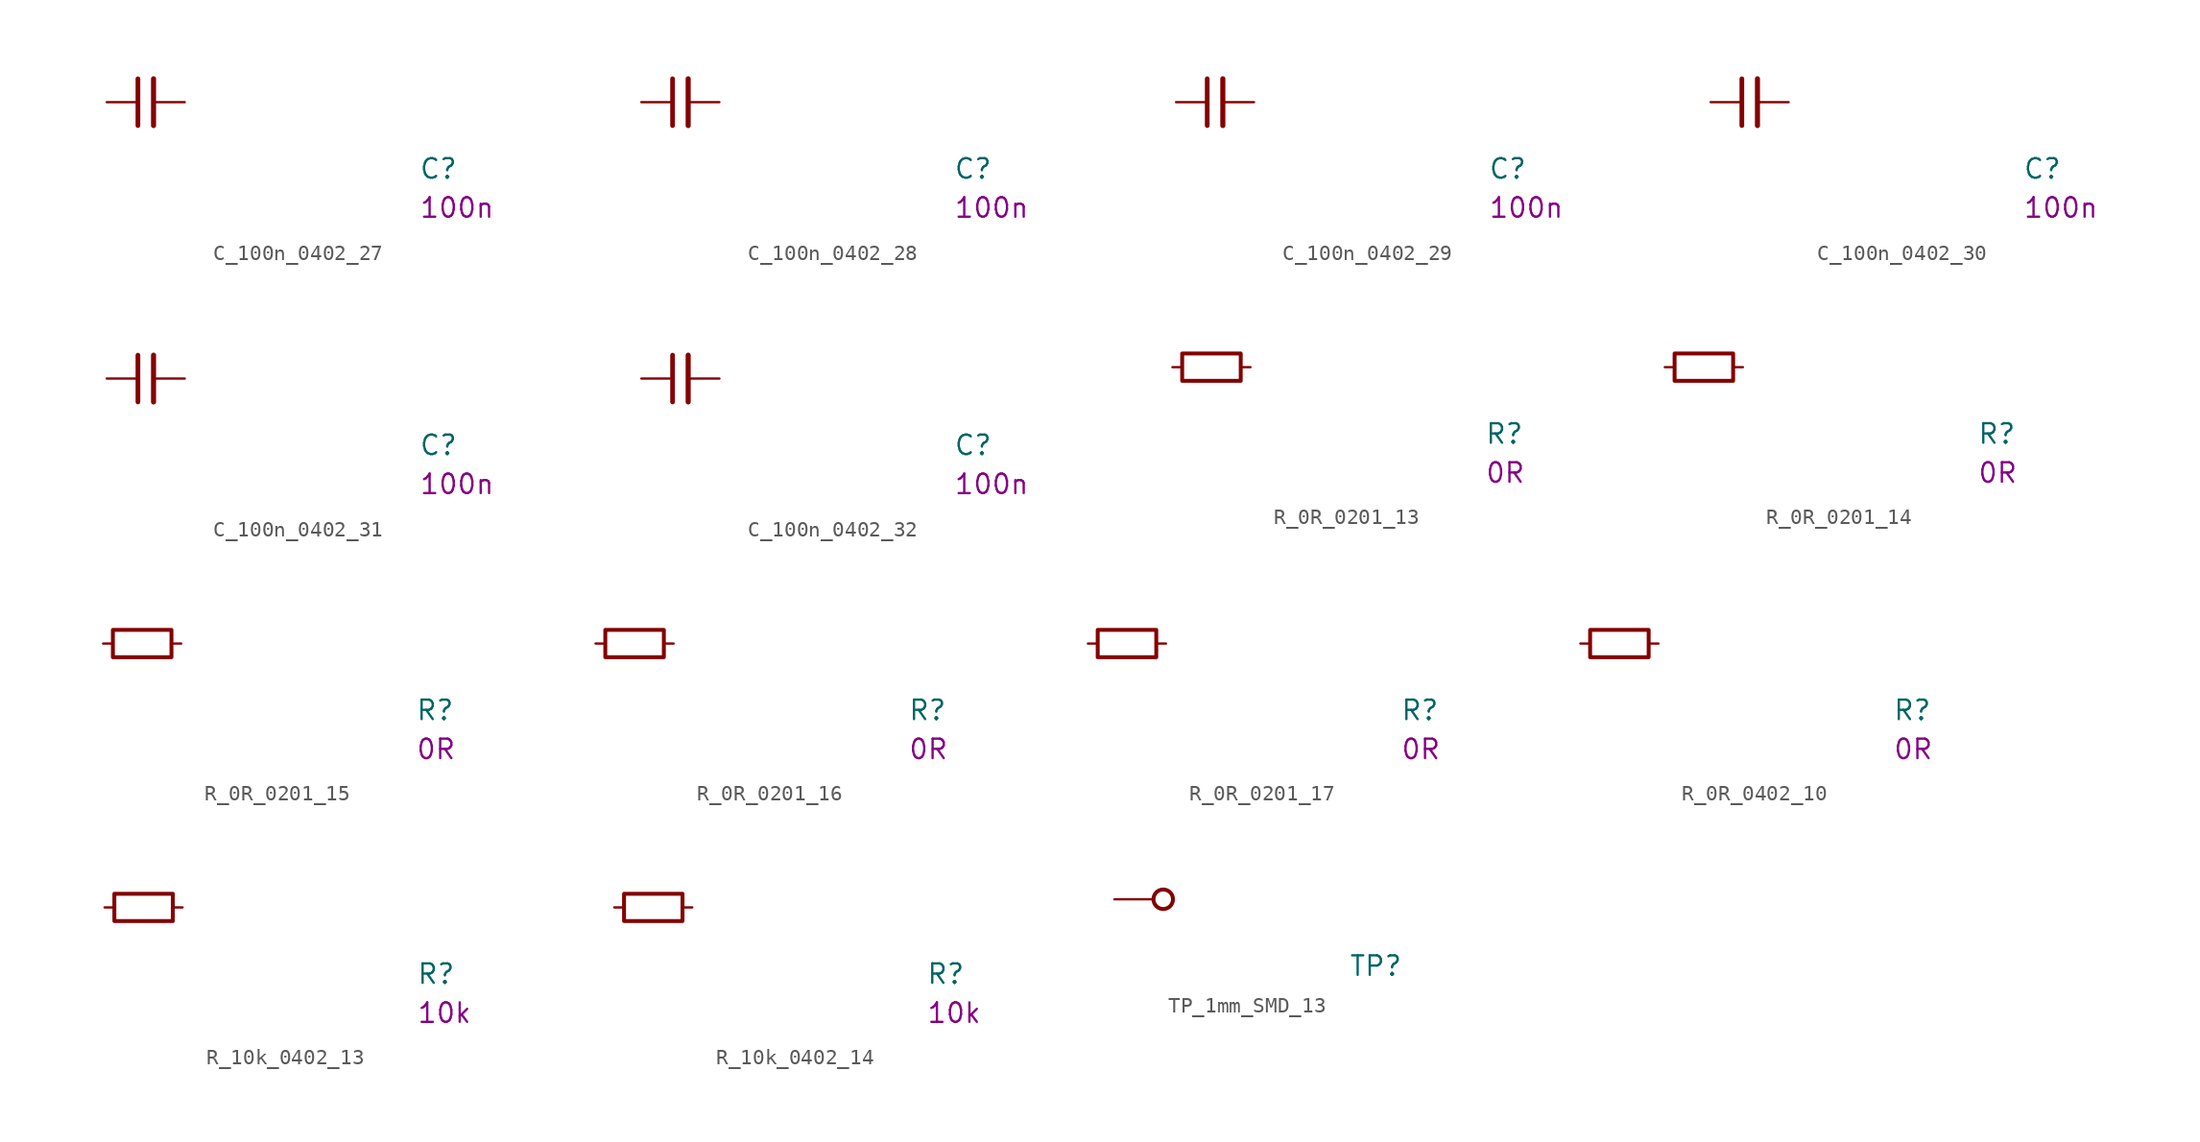
<source format=kicad_sym>
(kicad_symbol_lib
  (version 20211014)
  (generator kicad_symbol_editor)
  (symbol "data-center-rdimm-ddr4-tester:C_100n_0402_27"
    (pin_numbers hide)
    (pin_names hide)
    (property "Reference" "C"
      (at 20.32 -5.08 0)
      (effects (font (size 1.27 1.27) (thickness 0.15)) (justify left bottom)))
    (property "Val" "100n"
      (at 20.32 -7.62 0)
      (effects (font (size 1.27 1.27) (thickness 0.15)) (justify left bottom)))
    (symbol "C_100n_0402_27_0_1"
      (polyline (pts (xy 2.032 -1.524) (xy 2.032 1.524)) (stroke (width 0.305) (type default)) (fill (type none)))
      (polyline (pts (xy 3.048 -1.524) (xy 3.048 1.524)) (stroke (width 0.33) (type default)) (fill (type none))))
    (symbol "C_100n_0402_27_1_1"
      (pin passive line (at 0 0 0) (length 2.032) (name "~" (effects (font (size 1.27 1.27)))) (number "1" (effects (font (size 1.27 1.27)))))
      (pin passive line (at 5.08 0 180) (length 2.032) (name "~" (effects (font (size 1.27 1.27)))) (number "2" (effects (font (size 1.27 1.27)))))))
  (symbol "data-center-rdimm-ddr4-tester:C_100n_0402_28"
    (pin_numbers hide)
    (pin_names hide)
    (property "Reference" "C"
      (at 20.32 -5.08 0)
      (effects (font (size 1.27 1.27) (thickness 0.15)) (justify left bottom)))
    (property "Val" "100n"
      (at 20.32 -7.62 0)
      (effects (font (size 1.27 1.27) (thickness 0.15)) (justify left bottom)))
    (symbol "C_100n_0402_28_0_1"
      (polyline (pts (xy 2.032 -1.524) (xy 2.032 1.524)) (stroke (width 0.305) (type default)) (fill (type none)))
      (polyline (pts (xy 3.048 -1.524) (xy 3.048 1.524)) (stroke (width 0.33) (type default)) (fill (type none))))
    (symbol "C_100n_0402_28_1_1"
      (pin passive line (at 0 0 0) (length 2.032) (name "~" (effects (font (size 1.27 1.27)))) (number "1" (effects (font (size 1.27 1.27)))))
      (pin passive line (at 5.08 0 180) (length 2.032) (name "~" (effects (font (size 1.27 1.27)))) (number "2" (effects (font (size 1.27 1.27)))))))
  (symbol "data-center-rdimm-ddr4-tester:C_100n_0402_29"
    (pin_numbers hide)
    (pin_names hide)
    (property "Reference" "C"
      (at 20.32 -5.08 0)
      (effects (font (size 1.27 1.27) (thickness 0.15)) (justify left bottom)))
    (property "Val" "100n"
      (at 20.32 -7.62 0)
      (effects (font (size 1.27 1.27) (thickness 0.15)) (justify left bottom)))
    (symbol "C_100n_0402_29_0_1"
      (polyline (pts (xy 2.032 -1.524) (xy 2.032 1.524)) (stroke (width 0.305) (type default)) (fill (type none)))
      (polyline (pts (xy 3.048 -1.524) (xy 3.048 1.524)) (stroke (width 0.33) (type default)) (fill (type none))))
    (symbol "C_100n_0402_29_1_1"
      (pin passive line (at 0 0 0) (length 2.032) (name "~" (effects (font (size 1.27 1.27)))) (number "1" (effects (font (size 1.27 1.27)))))
      (pin passive line (at 5.08 0 180) (length 2.032) (name "~" (effects (font (size 1.27 1.27)))) (number "2" (effects (font (size 1.27 1.27)))))))
  (symbol "data-center-rdimm-ddr4-tester:C_100n_0402_30"
    (pin_numbers hide)
    (pin_names hide)
    (property "Reference" "C"
      (at 20.32 -5.08 0)
      (effects (font (size 1.27 1.27) (thickness 0.15)) (justify left bottom)))
    (property "Val" "100n"
      (at 20.32 -7.62 0)
      (effects (font (size 1.27 1.27) (thickness 0.15)) (justify left bottom)))
    (symbol "C_100n_0402_30_0_1"
      (polyline (pts (xy 2.032 -1.524) (xy 2.032 1.524)) (stroke (width 0.305) (type default)) (fill (type none)))
      (polyline (pts (xy 3.048 -1.524) (xy 3.048 1.524)) (stroke (width 0.33) (type default)) (fill (type none))))
    (symbol "C_100n_0402_30_1_1"
      (pin passive line (at 0 0 0) (length 2.032) (name "~" (effects (font (size 1.27 1.27)))) (number "1" (effects (font (size 1.27 1.27)))))
      (pin passive line (at 5.08 0 180) (length 2.032) (name "~" (effects (font (size 1.27 1.27)))) (number "2" (effects (font (size 1.27 1.27)))))))
  (symbol "data-center-rdimm-ddr4-tester:C_100n_0402_31"
    (pin_numbers hide)
    (pin_names hide)
    (property "Reference" "C"
      (at 20.32 -5.08 0)
      (effects (font (size 1.27 1.27) (thickness 0.15)) (justify left bottom)))
    (property "Val" "100n"
      (at 20.32 -7.62 0)
      (effects (font (size 1.27 1.27) (thickness 0.15)) (justify left bottom)))
    (symbol "C_100n_0402_31_0_1"
      (polyline (pts (xy 2.032 -1.524) (xy 2.032 1.524)) (stroke (width 0.305) (type default)) (fill (type none)))
      (polyline (pts (xy 3.048 -1.524) (xy 3.048 1.524)) (stroke (width 0.33) (type default)) (fill (type none))))
    (symbol "C_100n_0402_31_1_1"
      (pin passive line (at 0 0 0) (length 2.032) (name "~" (effects (font (size 1.27 1.27)))) (number "1" (effects (font (size 1.27 1.27)))))
      (pin passive line (at 5.08 0 180) (length 2.032) (name "~" (effects (font (size 1.27 1.27)))) (number "2" (effects (font (size 1.27 1.27)))))))
  (symbol "data-center-rdimm-ddr4-tester:C_100n_0402_32"
    (pin_numbers hide)
    (pin_names hide)
    (property "Reference" "C"
      (at 20.32 -5.08 0)
      (effects (font (size 1.27 1.27) (thickness 0.15)) (justify left bottom)))
    (property "Val" "100n"
      (at 20.32 -7.62 0)
      (effects (font (size 1.27 1.27) (thickness 0.15)) (justify left bottom)))
    (symbol "C_100n_0402_32_0_1"
      (polyline (pts (xy 2.032 -1.524) (xy 2.032 1.524)) (stroke (width 0.305) (type default)) (fill (type none)))
      (polyline (pts (xy 3.048 -1.524) (xy 3.048 1.524)) (stroke (width 0.33) (type default)) (fill (type none))))
    (symbol "C_100n_0402_32_1_1"
      (pin passive line (at 0 0 0) (length 2.032) (name "~" (effects (font (size 1.27 1.27)))) (number "1" (effects (font (size 1.27 1.27)))))
      (pin passive line (at 5.08 0 180) (length 2.032) (name "~" (effects (font (size 1.27 1.27)))) (number "2" (effects (font (size 1.27 1.27)))))))
  (symbol "data-center-rdimm-ddr4-tester:R_0R_0201_13"
    (pin_numbers hide)
    (pin_names hide)
    (property "Reference" "R"
      (at 20.32 -5.08 0)
      (effects (font (size 1.27 1.27) (thickness 0.15)) (justify left bottom)))
    (property "Val" "0R"
      (at 20.32 -7.62 0)
      (effects (font (size 1.27 1.27) (thickness 0.15)) (justify left bottom)))
    (symbol "R_0R_0201_13_0_1"
      (rectangle (start 0.635 0.889) (end 4.445 -0.889) (stroke (width 0.254) (type default)) (fill (type none))))
    (symbol "R_0R_0201_13_1_1"
      (pin passive line (at 0 0 0) (length 0.635) (name "~" (effects (font (size 1.27 1.27)))) (number "1" (effects (font (size 1.27 1.27)))))
      (pin passive line (at 5.08 0 180) (length 0.635) (name "~" (effects (font (size 1.27 1.27)))) (number "2" (effects (font (size 1.27 1.27)))))))
  (symbol "data-center-rdimm-ddr4-tester:R_0R_0201_14"
    (pin_numbers hide)
    (pin_names hide)
    (property "Reference" "R"
      (at 20.32 -5.08 0)
      (effects (font (size 1.27 1.27) (thickness 0.15)) (justify left bottom)))
    (property "Val" "0R"
      (at 20.32 -7.62 0)
      (effects (font (size 1.27 1.27) (thickness 0.15)) (justify left bottom)))
    (symbol "R_0R_0201_14_0_1"
      (rectangle (start 0.635 0.889) (end 4.445 -0.889) (stroke (width 0.254) (type default)) (fill (type none))))
    (symbol "R_0R_0201_14_1_1"
      (pin passive line (at 0 0 0) (length 0.635) (name "~" (effects (font (size 1.27 1.27)))) (number "1" (effects (font (size 1.27 1.27)))))
      (pin passive line (at 5.08 0 180) (length 0.635) (name "~" (effects (font (size 1.27 1.27)))) (number "2" (effects (font (size 1.27 1.27)))))))
  (symbol "data-center-rdimm-ddr4-tester:R_0R_0201_15"
    (pin_numbers hide)
    (pin_names hide)
    (property "Reference" "R"
      (at 20.32 -5.08 0)
      (effects (font (size 1.27 1.27) (thickness 0.15)) (justify left bottom)))
    (property "Val" "0R"
      (at 20.32 -7.62 0)
      (effects (font (size 1.27 1.27) (thickness 0.15)) (justify left bottom)))
    (symbol "R_0R_0201_15_0_1"
      (rectangle (start 0.635 0.889) (end 4.445 -0.889) (stroke (width 0.254) (type default)) (fill (type none))))
    (symbol "R_0R_0201_15_1_1"
      (pin passive line (at 0 0 0) (length 0.635) (name "~" (effects (font (size 1.27 1.27)))) (number "1" (effects (font (size 1.27 1.27)))))
      (pin passive line (at 5.08 0 180) (length 0.635) (name "~" (effects (font (size 1.27 1.27)))) (number "2" (effects (font (size 1.27 1.27)))))))
  (symbol "data-center-rdimm-ddr4-tester:R_0R_0201_16"
    (pin_numbers hide)
    (pin_names hide)
    (property "Reference" "R"
      (at 20.32 -5.08 0)
      (effects (font (size 1.27 1.27) (thickness 0.15)) (justify left bottom)))
    (property "Val" "0R"
      (at 20.32 -7.62 0)
      (effects (font (size 1.27 1.27) (thickness 0.15)) (justify left bottom)))
    (symbol "R_0R_0201_16_0_1"
      (rectangle (start 0.635 0.889) (end 4.445 -0.889) (stroke (width 0.254) (type default)) (fill (type none))))
    (symbol "R_0R_0201_16_1_1"
      (pin passive line (at 0 0 0) (length 0.635) (name "~" (effects (font (size 1.27 1.27)))) (number "1" (effects (font (size 1.27 1.27)))))
      (pin passive line (at 5.08 0 180) (length 0.635) (name "~" (effects (font (size 1.27 1.27)))) (number "2" (effects (font (size 1.27 1.27)))))))
  (symbol "data-center-rdimm-ddr4-tester:R_0R_0201_17"
    (pin_numbers hide)
    (pin_names hide)
    (property "Reference" "R"
      (at 20.32 -5.08 0)
      (effects (font (size 1.27 1.27) (thickness 0.15)) (justify left bottom)))
    (property "Val" "0R"
      (at 20.32 -7.62 0)
      (effects (font (size 1.27 1.27) (thickness 0.15)) (justify left bottom)))
    (symbol "R_0R_0201_17_0_1"
      (rectangle (start 0.635 0.889) (end 4.445 -0.889) (stroke (width 0.254) (type default)) (fill (type none))))
    (symbol "R_0R_0201_17_1_1"
      (pin passive line (at 0 0 0) (length 0.635) (name "~" (effects (font (size 1.27 1.27)))) (number "1" (effects (font (size 1.27 1.27)))))
      (pin passive line (at 5.08 0 180) (length 0.635) (name "~" (effects (font (size 1.27 1.27)))) (number "2" (effects (font (size 1.27 1.27)))))))
  (symbol "data-center-rdimm-ddr4-tester:R_0R_0402_10"
    (pin_numbers hide)
    (pin_names hide)
    (property "Reference" "R"
      (at 20.32 -5.08 0)
      (effects (font (size 1.27 1.27) (thickness 0.15)) (justify left bottom)))
    (property "Val" "0R"
      (at 20.32 -7.62 0)
      (effects (font (size 1.27 1.27) (thickness 0.15)) (justify left bottom)))
    (symbol "R_0R_0402_10_0_1"
      (rectangle (start 0.635 0.889) (end 4.445 -0.889) (stroke (width 0.254) (type default)) (fill (type none))))
    (symbol "R_0R_0402_10_1_1"
      (pin passive line (at 0 0 0) (length 0.635) (name "~" (effects (font (size 1.27 1.27)))) (number "1" (effects (font (size 1.27 1.27)))))
      (pin passive line (at 5.08 0 180) (length 0.635) (name "~" (effects (font (size 1.27 1.27)))) (number "2" (effects (font (size 1.27 1.27)))))))
  (symbol "data-center-rdimm-ddr4-tester:R_10k_0402_13"
    (pin_numbers hide)
    (pin_names hide)
    (property "Reference" "R"
      (at 20.32 -5.08 0)
      (effects (font (size 1.27 1.27) (thickness 0.15)) (justify left bottom)))
    (property "Val" "10k"
      (at 20.32 -7.62 0)
      (effects (font (size 1.27 1.27) (thickness 0.15)) (justify left bottom)))
    (symbol "R_10k_0402_13_0_1"
      (rectangle (start 0.635 0.889) (end 4.445 -0.889) (stroke (width 0.254) (type default)) (fill (type none))))
    (symbol "R_10k_0402_13_1_1"
      (pin passive line (at 0 0 0) (length 0.635) (name "~" (effects (font (size 1.27 1.27)))) (number "1" (effects (font (size 1.27 1.27)))))
      (pin passive line (at 5.08 0 180) (length 0.635) (name "~" (effects (font (size 1.27 1.27)))) (number "2" (effects (font (size 1.27 1.27)))))))
  (symbol "data-center-rdimm-ddr4-tester:R_10k_0402_14"
    (pin_numbers hide)
    (pin_names hide)
    (property "Reference" "R"
      (at 20.32 -5.08 0)
      (effects (font (size 1.27 1.27) (thickness 0.15)) (justify left bottom)))
    (property "Val" "10k"
      (at 20.32 -7.62 0)
      (effects (font (size 1.27 1.27) (thickness 0.15)) (justify left bottom)))
    (symbol "R_10k_0402_14_0_1"
      (rectangle (start 0.635 0.889) (end 4.445 -0.889) (stroke (width 0.254) (type default)) (fill (type none))))
    (symbol "R_10k_0402_14_1_1"
      (pin passive line (at 0 0 0) (length 0.635) (name "~" (effects (font (size 1.27 1.27)))) (number "1" (effects (font (size 1.27 1.27)))))
      (pin passive line (at 5.08 0 180) (length 0.635) (name "~" (effects (font (size 1.27 1.27)))) (number "2" (effects (font (size 1.27 1.27)))))))
  (symbol "data-center-rdimm-ddr4-tester:TP_1mm_SMD_13"
    (pin_numbers hide)
    (pin_names hide)
    (property "Reference" "TP"
      (at 15.24 -5.08 0)
      (effects (font (size 1.27 1.27) (thickness 0.15)) (justify left bottom)))
    (symbol "TP_1mm_SMD_13_1_1"
      (circle (center 3.175 0) (radius 0.635) (stroke (width 0.254) (type default)) (fill (type none)))
      (pin passive line (at 0 0 0) (length 2.54) (name "1" (effects (font (size 1.27 1.27)))) (number "1" (effects (font (size 1.27 1.27))))))))
</source>
